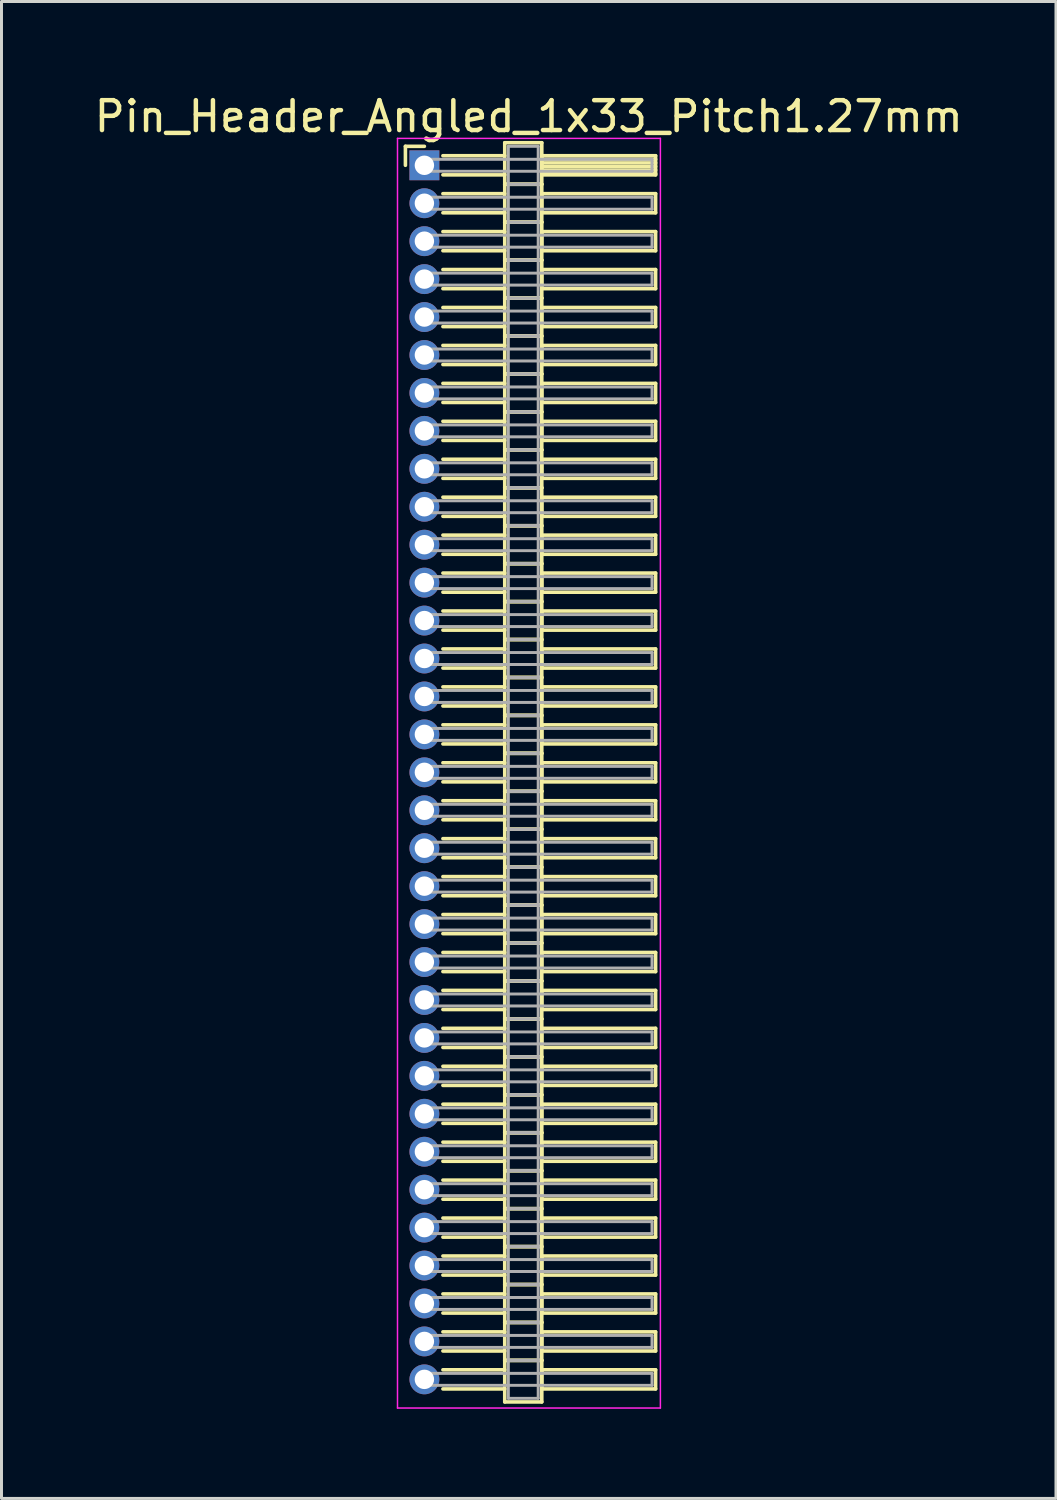
<source format=kicad_pcb>
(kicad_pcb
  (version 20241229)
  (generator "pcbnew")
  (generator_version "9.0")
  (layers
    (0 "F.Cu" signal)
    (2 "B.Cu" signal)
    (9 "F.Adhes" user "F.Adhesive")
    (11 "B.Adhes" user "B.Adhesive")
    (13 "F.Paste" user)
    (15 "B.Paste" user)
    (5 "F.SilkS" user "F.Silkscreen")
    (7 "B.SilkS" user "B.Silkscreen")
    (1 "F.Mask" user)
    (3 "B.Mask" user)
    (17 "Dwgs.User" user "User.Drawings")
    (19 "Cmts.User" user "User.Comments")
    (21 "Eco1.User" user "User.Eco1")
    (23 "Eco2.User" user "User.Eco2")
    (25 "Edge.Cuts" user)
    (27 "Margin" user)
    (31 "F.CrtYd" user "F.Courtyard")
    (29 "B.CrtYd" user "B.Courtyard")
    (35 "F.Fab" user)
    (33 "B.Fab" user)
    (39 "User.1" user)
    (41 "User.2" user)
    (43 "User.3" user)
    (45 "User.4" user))
  (footprint "Pin_Header_Angled_1x33_Pitch1.27mm"
    (layer "F.Cu")
    (at 11.156 2.483)
    (property "Reference" "Pin_Header_Angled_1x33_Pitch1.27mm" (at 3.493 -1.635 0) (layer "F.SilkS") (effects (font (size 1 1) (thickness 0.15))))
    (attr through_hole)
    (fp_line (start -0.635 -0.635) (end 0 -0.635) (stroke (width 0.12) (type solid)) (layer "F.SilkS"))
    (fp_line (start -0.635 0) (end -0.635 -0.635) (stroke (width 0.12) (type solid)) (layer "F.SilkS"))
    (fp_line (start 0.62 -0.32) (end 2.69 -0.32) (stroke (width 0.12) (type solid)) (layer "F.SilkS"))
    (fp_line (start 0.62 0.32) (end 2.69 0.32) (stroke (width 0.12) (type solid)) (layer "F.SilkS"))
    (fp_line (start 0.62 0.95) (end 2.69 0.95) (stroke (width 0.12) (type solid)) (layer "F.SilkS"))
    (fp_line (start 0.62 1.59) (end 2.69 1.59) (stroke (width 0.12) (type solid)) (layer "F.SilkS"))
    (fp_line (start 0.62 2.22) (end 2.69 2.22) (stroke (width 0.12) (type solid)) (layer "F.SilkS"))
    (fp_line (start 0.62 2.86) (end 2.69 2.86) (stroke (width 0.12) (type solid)) (layer "F.SilkS"))
    (fp_line (start 0.62 3.49) (end 2.69 3.49) (stroke (width 0.12) (type solid)) (layer "F.SilkS"))
    (fp_line (start 0.62 4.13) (end 2.69 4.13) (stroke (width 0.12) (type solid)) (layer "F.SilkS"))
    (fp_line (start 0.62 4.76) (end 2.69 4.76) (stroke (width 0.12) (type solid)) (layer "F.SilkS"))
    (fp_line (start 0.62 5.4) (end 2.69 5.4) (stroke (width 0.12) (type solid)) (layer "F.SilkS"))
    (fp_line (start 0.62 6.03) (end 2.69 6.03) (stroke (width 0.12) (type solid)) (layer "F.SilkS"))
    (fp_line (start 0.62 6.67) (end 2.69 6.67) (stroke (width 0.12) (type solid)) (layer "F.SilkS"))
    (fp_line (start 0.62 7.3) (end 2.69 7.3) (stroke (width 0.12) (type solid)) (layer "F.SilkS"))
    (fp_line (start 0.62 7.94) (end 2.69 7.94) (stroke (width 0.12) (type solid)) (layer "F.SilkS"))
    (fp_line (start 0.62 8.57) (end 2.69 8.57) (stroke (width 0.12) (type solid)) (layer "F.SilkS"))
    (fp_line (start 0.62 9.21) (end 2.69 9.21) (stroke (width 0.12) (type solid)) (layer "F.SilkS"))
    (fp_line (start 0.62 9.84) (end 2.69 9.84) (stroke (width 0.12) (type solid)) (layer "F.SilkS"))
    (fp_line (start 0.62 10.48) (end 2.69 10.48) (stroke (width 0.12) (type solid)) (layer "F.SilkS"))
    (fp_line (start 0.62 11.11) (end 2.69 11.11) (stroke (width 0.12) (type solid)) (layer "F.SilkS"))
    (fp_line (start 0.62 11.75) (end 2.69 11.75) (stroke (width 0.12) (type solid)) (layer "F.SilkS"))
    (fp_line (start 0.62 12.38) (end 2.69 12.38) (stroke (width 0.12) (type solid)) (layer "F.SilkS"))
    (fp_line (start 0.62 13.02) (end 2.69 13.02) (stroke (width 0.12) (type solid)) (layer "F.SilkS"))
    (fp_line (start 0.62 13.65) (end 2.69 13.65) (stroke (width 0.12) (type solid)) (layer "F.SilkS"))
    (fp_line (start 0.62 14.29) (end 2.69 14.29) (stroke (width 0.12) (type solid)) (layer "F.SilkS"))
    (fp_line (start 0.62 14.92) (end 2.69 14.92) (stroke (width 0.12) (type solid)) (layer "F.SilkS"))
    (fp_line (start 0.62 15.56) (end 2.69 15.56) (stroke (width 0.12) (type solid)) (layer "F.SilkS"))
    (fp_line (start 0.62 16.19) (end 2.69 16.19) (stroke (width 0.12) (type solid)) (layer "F.SilkS"))
    (fp_line (start 0.62 16.83) (end 2.69 16.83) (stroke (width 0.12) (type solid)) (layer "F.SilkS"))
    (fp_line (start 0.62 17.46) (end 2.69 17.46) (stroke (width 0.12) (type solid)) (layer "F.SilkS"))
    (fp_line (start 0.62 18.1) (end 2.69 18.1) (stroke (width 0.12) (type solid)) (layer "F.SilkS"))
    (fp_line (start 0.62 18.73) (end 2.69 18.73) (stroke (width 0.12) (type solid)) (layer "F.SilkS"))
    (fp_line (start 0.62 19.37) (end 2.69 19.37) (stroke (width 0.12) (type solid)) (layer "F.SilkS"))
    (fp_line (start 0.62 20) (end 2.69 20) (stroke (width 0.12) (type solid)) (layer "F.SilkS"))
    (fp_line (start 0.62 20.64) (end 2.69 20.64) (stroke (width 0.12) (type solid)) (layer "F.SilkS"))
    (fp_line (start 0.62 21.27) (end 2.69 21.27) (stroke (width 0.12) (type solid)) (layer "F.SilkS"))
    (fp_line (start 0.62 21.91) (end 2.69 21.91) (stroke (width 0.12) (type solid)) (layer "F.SilkS"))
    (fp_line (start 0.62 22.54) (end 2.69 22.54) (stroke (width 0.12) (type solid)) (layer "F.SilkS"))
    (fp_line (start 0.62 23.18) (end 2.69 23.18) (stroke (width 0.12) (type solid)) (layer "F.SilkS"))
    (fp_line (start 0.62 23.81) (end 2.69 23.81) (stroke (width 0.12) (type solid)) (layer "F.SilkS"))
    (fp_line (start 0.62 24.45) (end 2.69 24.45) (stroke (width 0.12) (type solid)) (layer "F.SilkS"))
    (fp_line (start 0.62 25.08) (end 2.69 25.08) (stroke (width 0.12) (type solid)) (layer "F.SilkS"))
    (fp_line (start 0.62 25.72) (end 2.69 25.72) (stroke (width 0.12) (type solid)) (layer "F.SilkS"))
    (fp_line (start 0.62 26.35) (end 2.69 26.35) (stroke (width 0.12) (type solid)) (layer "F.SilkS"))
    (fp_line (start 0.62 26.99) (end 2.69 26.99) (stroke (width 0.12) (type solid)) (layer "F.SilkS"))
    (fp_line (start 0.62 27.62) (end 2.69 27.62) (stroke (width 0.12) (type solid)) (layer "F.SilkS"))
    (fp_line (start 0.62 28.26) (end 2.69 28.26) (stroke (width 0.12) (type solid)) (layer "F.SilkS"))
    (fp_line (start 0.62 28.89) (end 2.69 28.89) (stroke (width 0.12) (type solid)) (layer "F.SilkS"))
    (fp_line (start 0.62 29.53) (end 2.69 29.53) (stroke (width 0.12) (type solid)) (layer "F.SilkS"))
    (fp_line (start 0.62 30.16) (end 2.69 30.16) (stroke (width 0.12) (type solid)) (layer "F.SilkS"))
    (fp_line (start 0.62 30.8) (end 2.69 30.8) (stroke (width 0.12) (type solid)) (layer "F.SilkS"))
    (fp_line (start 0.62 31.43) (end 2.69 31.43) (stroke (width 0.12) (type solid)) (layer "F.SilkS"))
    (fp_line (start 0.62 32.07) (end 2.69 32.07) (stroke (width 0.12) (type solid)) (layer "F.SilkS"))
    (fp_line (start 0.62 32.7) (end 2.69 32.7) (stroke (width 0.12) (type solid)) (layer "F.SilkS"))
    (fp_line (start 0.62 33.34) (end 2.69 33.34) (stroke (width 0.12) (type solid)) (layer "F.SilkS"))
    (fp_line (start 0.62 33.97) (end 2.69 33.97) (stroke (width 0.12) (type solid)) (layer "F.SilkS"))
    (fp_line (start 0.62 34.61) (end 2.69 34.61) (stroke (width 0.12) (type solid)) (layer "F.SilkS"))
    (fp_line (start 0.62 35.24) (end 2.69 35.24) (stroke (width 0.12) (type solid)) (layer "F.SilkS"))
    (fp_line (start 0.62 35.88) (end 2.69 35.88) (stroke (width 0.12) (type solid)) (layer "F.SilkS"))
    (fp_line (start 0.62 36.51) (end 2.69 36.51) (stroke (width 0.12) (type solid)) (layer "F.SilkS"))
    (fp_line (start 0.62 37.15) (end 2.69 37.15) (stroke (width 0.12) (type solid)) (layer "F.SilkS"))
    (fp_line (start 0.62 37.78) (end 2.69 37.78) (stroke (width 0.12) (type solid)) (layer "F.SilkS"))
    (fp_line (start 0.62 38.42) (end 2.69 38.42) (stroke (width 0.12) (type solid)) (layer "F.SilkS"))
    (fp_line (start 0.62 39.05) (end 2.69 39.05) (stroke (width 0.12) (type solid)) (layer "F.SilkS"))
    (fp_line (start 0.62 39.69) (end 2.69 39.69) (stroke (width 0.12) (type solid)) (layer "F.SilkS"))
    (fp_line (start 0.62 40.32) (end 2.69 40.32) (stroke (width 0.12) (type solid)) (layer "F.SilkS"))
    (fp_line (start 0.62 40.96) (end 2.69 40.96) (stroke (width 0.12) (type solid)) (layer "F.SilkS"))
    (fp_line (start 2.69 -0.755) (end 2.69 0.635) (stroke (width 0.12) (type solid)) (layer "F.SilkS"))
    (fp_line (start 2.69 0.635) (end 2.69 1.905) (stroke (width 0.12) (type solid)) (layer "F.SilkS"))
    (fp_line (start 2.69 0.635) (end 3.93 0.635) (stroke (width 0.12) (type solid)) (layer "F.SilkS"))
    (fp_line (start 2.69 1.905) (end 2.69 3.175) (stroke (width 0.12) (type solid)) (layer "F.SilkS"))
    (fp_line (start 2.69 1.905) (end 3.93 1.905) (stroke (width 0.12) (type solid)) (layer "F.SilkS"))
    (fp_line (start 2.69 3.175) (end 2.69 4.445) (stroke (width 0.12) (type solid)) (layer "F.SilkS"))
    (fp_line (start 2.69 3.175) (end 3.93 3.175) (stroke (width 0.12) (type solid)) (layer "F.SilkS"))
    (fp_line (start 2.69 4.445) (end 2.69 5.715) (stroke (width 0.12) (type solid)) (layer "F.SilkS"))
    (fp_line (start 2.69 4.445) (end 3.93 4.445) (stroke (width 0.12) (type solid)) (layer "F.SilkS"))
    (fp_line (start 2.69 5.715) (end 2.69 6.985) (stroke (width 0.12) (type solid)) (layer "F.SilkS"))
    (fp_line (start 2.69 5.715) (end 3.93 5.715) (stroke (width 0.12) (type solid)) (layer "F.SilkS"))
    (fp_line (start 2.69 6.985) (end 2.69 8.255) (stroke (width 0.12) (type solid)) (layer "F.SilkS"))
    (fp_line (start 2.69 6.985) (end 3.93 6.985) (stroke (width 0.12) (type solid)) (layer "F.SilkS"))
    (fp_line (start 2.69 8.255) (end 2.69 9.525) (stroke (width 0.12) (type solid)) (layer "F.SilkS"))
    (fp_line (start 2.69 8.255) (end 3.93 8.255) (stroke (width 0.12) (type solid)) (layer "F.SilkS"))
    (fp_line (start 2.69 9.525) (end 2.69 10.795) (stroke (width 0.12) (type solid)) (layer "F.SilkS"))
    (fp_line (start 2.69 9.525) (end 3.93 9.525) (stroke (width 0.12) (type solid)) (layer "F.SilkS"))
    (fp_line (start 2.69 10.795) (end 2.69 12.065) (stroke (width 0.12) (type solid)) (layer "F.SilkS"))
    (fp_line (start 2.69 10.795) (end 3.93 10.795) (stroke (width 0.12) (type solid)) (layer "F.SilkS"))
    (fp_line (start 2.69 12.065) (end 2.69 13.335) (stroke (width 0.12) (type solid)) (layer "F.SilkS"))
    (fp_line (start 2.69 12.065) (end 3.93 12.065) (stroke (width 0.12) (type solid)) (layer "F.SilkS"))
    (fp_line (start 2.69 13.335) (end 2.69 14.605) (stroke (width 0.12) (type solid)) (layer "F.SilkS"))
    (fp_line (start 2.69 13.335) (end 3.93 13.335) (stroke (width 0.12) (type solid)) (layer "F.SilkS"))
    (fp_line (start 2.69 14.605) (end 2.69 15.875) (stroke (width 0.12) (type solid)) (layer "F.SilkS"))
    (fp_line (start 2.69 14.605) (end 3.93 14.605) (stroke (width 0.12) (type solid)) (layer "F.SilkS"))
    (fp_line (start 2.69 15.875) (end 2.69 17.145) (stroke (width 0.12) (type solid)) (layer "F.SilkS"))
    (fp_line (start 2.69 15.875) (end 3.93 15.875) (stroke (width 0.12) (type solid)) (layer "F.SilkS"))
    (fp_line (start 2.69 17.145) (end 2.69 18.415) (stroke (width 0.12) (type solid)) (layer "F.SilkS"))
    (fp_line (start 2.69 17.145) (end 3.93 17.145) (stroke (width 0.12) (type solid)) (layer "F.SilkS"))
    (fp_line (start 2.69 18.415) (end 2.69 19.685) (stroke (width 0.12) (type solid)) (layer "F.SilkS"))
    (fp_line (start 2.69 18.415) (end 3.93 18.415) (stroke (width 0.12) (type solid)) (layer "F.SilkS"))
    (fp_line (start 2.69 19.685) (end 2.69 20.955) (stroke (width 0.12) (type solid)) (layer "F.SilkS"))
    (fp_line (start 2.69 19.685) (end 3.93 19.685) (stroke (width 0.12) (type solid)) (layer "F.SilkS"))
    (fp_line (start 2.69 20.955) (end 2.69 22.225) (stroke (width 0.12) (type solid)) (layer "F.SilkS"))
    (fp_line (start 2.69 20.955) (end 3.93 20.955) (stroke (width 0.12) (type solid)) (layer "F.SilkS"))
    (fp_line (start 2.69 22.225) (end 2.69 23.495) (stroke (width 0.12) (type solid)) (layer "F.SilkS"))
    (fp_line (start 2.69 22.225) (end 3.93 22.225) (stroke (width 0.12) (type solid)) (layer "F.SilkS"))
    (fp_line (start 2.69 23.495) (end 2.69 24.765) (stroke (width 0.12) (type solid)) (layer "F.SilkS"))
    (fp_line (start 2.69 23.495) (end 3.93 23.495) (stroke (width 0.12) (type solid)) (layer "F.SilkS"))
    (fp_line (start 2.69 24.765) (end 2.69 26.035) (stroke (width 0.12) (type solid)) (layer "F.SilkS"))
    (fp_line (start 2.69 24.765) (end 3.93 24.765) (stroke (width 0.12) (type solid)) (layer "F.SilkS"))
    (fp_line (start 2.69 26.035) (end 2.69 27.305) (stroke (width 0.12) (type solid)) (layer "F.SilkS"))
    (fp_line (start 2.69 26.035) (end 3.93 26.035) (stroke (width 0.12) (type solid)) (layer "F.SilkS"))
    (fp_line (start 2.69 27.305) (end 2.69 28.575) (stroke (width 0.12) (type solid)) (layer "F.SilkS"))
    (fp_line (start 2.69 27.305) (end 3.93 27.305) (stroke (width 0.12) (type solid)) (layer "F.SilkS"))
    (fp_line (start 2.69 28.575) (end 2.69 29.845) (stroke (width 0.12) (type solid)) (layer "F.SilkS"))
    (fp_line (start 2.69 28.575) (end 3.93 28.575) (stroke (width 0.12) (type solid)) (layer "F.SilkS"))
    (fp_line (start 2.69 29.845) (end 2.69 31.115) (stroke (width 0.12) (type solid)) (layer "F.SilkS"))
    (fp_line (start 2.69 29.845) (end 3.93 29.845) (stroke (width 0.12) (type solid)) (layer "F.SilkS"))
    (fp_line (start 2.69 31.115) (end 2.69 32.385) (stroke (width 0.12) (type solid)) (layer "F.SilkS"))
    (fp_line (start 2.69 31.115) (end 3.93 31.115) (stroke (width 0.12) (type solid)) (layer "F.SilkS"))
    (fp_line (start 2.69 32.385) (end 2.69 33.655) (stroke (width 0.12) (type solid)) (layer "F.SilkS"))
    (fp_line (start 2.69 32.385) (end 3.93 32.385) (stroke (width 0.12) (type solid)) (layer "F.SilkS"))
    (fp_line (start 2.69 33.655) (end 2.69 34.925) (stroke (width 0.12) (type solid)) (layer "F.SilkS"))
    (fp_line (start 2.69 33.655) (end 3.93 33.655) (stroke (width 0.12) (type solid)) (layer "F.SilkS"))
    (fp_line (start 2.69 34.925) (end 2.69 36.195) (stroke (width 0.12) (type solid)) (layer "F.SilkS"))
    (fp_line (start 2.69 34.925) (end 3.93 34.925) (stroke (width 0.12) (type solid)) (layer "F.SilkS"))
    (fp_line (start 2.69 36.195) (end 2.69 37.465) (stroke (width 0.12) (type solid)) (layer "F.SilkS"))
    (fp_line (start 2.69 36.195) (end 3.93 36.195) (stroke (width 0.12) (type solid)) (layer "F.SilkS"))
    (fp_line (start 2.69 37.465) (end 2.69 38.735) (stroke (width 0.12) (type solid)) (layer "F.SilkS"))
    (fp_line (start 2.69 37.465) (end 3.93 37.465) (stroke (width 0.12) (type solid)) (layer "F.SilkS"))
    (fp_line (start 2.69 38.735) (end 2.69 40.005) (stroke (width 0.12) (type solid)) (layer "F.SilkS"))
    (fp_line (start 2.69 38.735) (end 3.93 38.735) (stroke (width 0.12) (type solid)) (layer "F.SilkS"))
    (fp_line (start 2.69 40.005) (end 2.69 41.395) (stroke (width 0.12) (type solid)) (layer "F.SilkS"))
    (fp_line (start 2.69 40.005) (end 3.93 40.005) (stroke (width 0.12) (type solid)) (layer "F.SilkS"))
    (fp_line (start 2.69 41.395) (end 3.93 41.395) (stroke (width 0.12) (type solid)) (layer "F.SilkS"))
    (fp_line (start 3.93 -0.755) (end 2.69 -0.755) (stroke (width 0.12) (type solid)) (layer "F.SilkS"))
    (fp_line (start 3.93 -0.32) (end 3.93 0.32) (stroke (width 0.12) (type solid)) (layer "F.SilkS"))
    (fp_line (start 3.93 -0.2) (end 7.74 -0.2) (stroke (width 0.12) (type solid)) (layer "F.SilkS"))
    (fp_line (start 3.93 -0.08) (end 7.74 -0.08) (stroke (width 0.12) (type solid)) (layer "F.SilkS"))
    (fp_line (start 3.93 0.04) (end 7.74 0.04) (stroke (width 0.12) (type solid)) (layer "F.SilkS"))
    (fp_line (start 3.93 0.16) (end 7.74 0.16) (stroke (width 0.12) (type solid)) (layer "F.SilkS"))
    (fp_line (start 3.93 0.28) (end 7.74 0.28) (stroke (width 0.12) (type solid)) (layer "F.SilkS"))
    (fp_line (start 3.93 0.32) (end 7.74 0.32) (stroke (width 0.12) (type solid)) (layer "F.SilkS"))
    (fp_line (start 3.93 0.635) (end 2.69 0.635) (stroke (width 0.12) (type solid)) (layer "F.SilkS"))
    (fp_line (start 3.93 0.635) (end 3.93 -0.755) (stroke (width 0.12) (type solid)) (layer "F.SilkS"))
    (fp_line (start 3.93 0.95) (end 3.93 1.59) (stroke (width 0.12) (type solid)) (layer "F.SilkS"))
    (fp_line (start 3.93 1.59) (end 7.74 1.59) (stroke (width 0.12) (type solid)) (layer "F.SilkS"))
    (fp_line (start 3.93 1.905) (end 2.69 1.905) (stroke (width 0.12) (type solid)) (layer "F.SilkS"))
    (fp_line (start 3.93 1.905) (end 3.93 0.635) (stroke (width 0.12) (type solid)) (layer "F.SilkS"))
    (fp_line (start 3.93 2.22) (end 3.93 2.86) (stroke (width 0.12) (type solid)) (layer "F.SilkS"))
    (fp_line (start 3.93 2.86) (end 7.74 2.86) (stroke (width 0.12) (type solid)) (layer "F.SilkS"))
    (fp_line (start 3.93 3.175) (end 2.69 3.175) (stroke (width 0.12) (type solid)) (layer "F.SilkS"))
    (fp_line (start 3.93 3.175) (end 3.93 1.905) (stroke (width 0.12) (type solid)) (layer "F.SilkS"))
    (fp_line (start 3.93 3.49) (end 3.93 4.13) (stroke (width 0.12) (type solid)) (layer "F.SilkS"))
    (fp_line (start 3.93 4.13) (end 7.74 4.13) (stroke (width 0.12) (type solid)) (layer "F.SilkS"))
    (fp_line (start 3.93 4.445) (end 2.69 4.445) (stroke (width 0.12) (type solid)) (layer "F.SilkS"))
    (fp_line (start 3.93 4.445) (end 3.93 3.175) (stroke (width 0.12) (type solid)) (layer "F.SilkS"))
    (fp_line (start 3.93 4.76) (end 3.93 5.4) (stroke (width 0.12) (type solid)) (layer "F.SilkS"))
    (fp_line (start 3.93 5.4) (end 7.74 5.4) (stroke (width 0.12) (type solid)) (layer "F.SilkS"))
    (fp_line (start 3.93 5.715) (end 2.69 5.715) (stroke (width 0.12) (type solid)) (layer "F.SilkS"))
    (fp_line (start 3.93 5.715) (end 3.93 4.445) (stroke (width 0.12) (type solid)) (layer "F.SilkS"))
    (fp_line (start 3.93 6.03) (end 3.93 6.67) (stroke (width 0.12) (type solid)) (layer "F.SilkS"))
    (fp_line (start 3.93 6.67) (end 7.74 6.67) (stroke (width 0.12) (type solid)) (layer "F.SilkS"))
    (fp_line (start 3.93 6.985) (end 2.69 6.985) (stroke (width 0.12) (type solid)) (layer "F.SilkS"))
    (fp_line (start 3.93 6.985) (end 3.93 5.715) (stroke (width 0.12) (type solid)) (layer "F.SilkS"))
    (fp_line (start 3.93 7.3) (end 3.93 7.94) (stroke (width 0.12) (type solid)) (layer "F.SilkS"))
    (fp_line (start 3.93 7.94) (end 7.74 7.94) (stroke (width 0.12) (type solid)) (layer "F.SilkS"))
    (fp_line (start 3.93 8.255) (end 2.69 8.255) (stroke (width 0.12) (type solid)) (layer "F.SilkS"))
    (fp_line (start 3.93 8.255) (end 3.93 6.985) (stroke (width 0.12) (type solid)) (layer "F.SilkS"))
    (fp_line (start 3.93 8.57) (end 3.93 9.21) (stroke (width 0.12) (type solid)) (layer "F.SilkS"))
    (fp_line (start 3.93 9.21) (end 7.74 9.21) (stroke (width 0.12) (type solid)) (layer "F.SilkS"))
    (fp_line (start 3.93 9.525) (end 2.69 9.525) (stroke (width 0.12) (type solid)) (layer "F.SilkS"))
    (fp_line (start 3.93 9.525) (end 3.93 8.255) (stroke (width 0.12) (type solid)) (layer "F.SilkS"))
    (fp_line (start 3.93 9.84) (end 3.93 10.48) (stroke (width 0.12) (type solid)) (layer "F.SilkS"))
    (fp_line (start 3.93 10.48) (end 7.74 10.48) (stroke (width 0.12) (type solid)) (layer "F.SilkS"))
    (fp_line (start 3.93 10.795) (end 2.69 10.795) (stroke (width 0.12) (type solid)) (layer "F.SilkS"))
    (fp_line (start 3.93 10.795) (end 3.93 9.525) (stroke (width 0.12) (type solid)) (layer "F.SilkS"))
    (fp_line (start 3.93 11.11) (end 3.93 11.75) (stroke (width 0.12) (type solid)) (layer "F.SilkS"))
    (fp_line (start 3.93 11.75) (end 7.74 11.75) (stroke (width 0.12) (type solid)) (layer "F.SilkS"))
    (fp_line (start 3.93 12.065) (end 2.69 12.065) (stroke (width 0.12) (type solid)) (layer "F.SilkS"))
    (fp_line (start 3.93 12.065) (end 3.93 10.795) (stroke (width 0.12) (type solid)) (layer "F.SilkS"))
    (fp_line (start 3.93 12.38) (end 3.93 13.02) (stroke (width 0.12) (type solid)) (layer "F.SilkS"))
    (fp_line (start 3.93 13.02) (end 7.74 13.02) (stroke (width 0.12) (type solid)) (layer "F.SilkS"))
    (fp_line (start 3.93 13.335) (end 2.69 13.335) (stroke (width 0.12) (type solid)) (layer "F.SilkS"))
    (fp_line (start 3.93 13.335) (end 3.93 12.065) (stroke (width 0.12) (type solid)) (layer "F.SilkS"))
    (fp_line (start 3.93 13.65) (end 3.93 14.29) (stroke (width 0.12) (type solid)) (layer "F.SilkS"))
    (fp_line (start 3.93 14.29) (end 7.74 14.29) (stroke (width 0.12) (type solid)) (layer "F.SilkS"))
    (fp_line (start 3.93 14.605) (end 2.69 14.605) (stroke (width 0.12) (type solid)) (layer "F.SilkS"))
    (fp_line (start 3.93 14.605) (end 3.93 13.335) (stroke (width 0.12) (type solid)) (layer "F.SilkS"))
    (fp_line (start 3.93 14.92) (end 3.93 15.56) (stroke (width 0.12) (type solid)) (layer "F.SilkS"))
    (fp_line (start 3.93 15.56) (end 7.74 15.56) (stroke (width 0.12) (type solid)) (layer "F.SilkS"))
    (fp_line (start 3.93 15.875) (end 2.69 15.875) (stroke (width 0.12) (type solid)) (layer "F.SilkS"))
    (fp_line (start 3.93 15.875) (end 3.93 14.605) (stroke (width 0.12) (type solid)) (layer "F.SilkS"))
    (fp_line (start 3.93 16.19) (end 3.93 16.83) (stroke (width 0.12) (type solid)) (layer "F.SilkS"))
    (fp_line (start 3.93 16.83) (end 7.74 16.83) (stroke (width 0.12) (type solid)) (layer "F.SilkS"))
    (fp_line (start 3.93 17.145) (end 2.69 17.145) (stroke (width 0.12) (type solid)) (layer "F.SilkS"))
    (fp_line (start 3.93 17.145) (end 3.93 15.875) (stroke (width 0.12) (type solid)) (layer "F.SilkS"))
    (fp_line (start 3.93 17.46) (end 3.93 18.1) (stroke (width 0.12) (type solid)) (layer "F.SilkS"))
    (fp_line (start 3.93 18.1) (end 7.74 18.1) (stroke (width 0.12) (type solid)) (layer "F.SilkS"))
    (fp_line (start 3.93 18.415) (end 2.69 18.415) (stroke (width 0.12) (type solid)) (layer "F.SilkS"))
    (fp_line (start 3.93 18.415) (end 3.93 17.145) (stroke (width 0.12) (type solid)) (layer "F.SilkS"))
    (fp_line (start 3.93 18.73) (end 3.93 19.37) (stroke (width 0.12) (type solid)) (layer "F.SilkS"))
    (fp_line (start 3.93 19.37) (end 7.74 19.37) (stroke (width 0.12) (type solid)) (layer "F.SilkS"))
    (fp_line (start 3.93 19.685) (end 2.69 19.685) (stroke (width 0.12) (type solid)) (layer "F.SilkS"))
    (fp_line (start 3.93 19.685) (end 3.93 18.415) (stroke (width 0.12) (type solid)) (layer "F.SilkS"))
    (fp_line (start 3.93 20) (end 3.93 20.64) (stroke (width 0.12) (type solid)) (layer "F.SilkS"))
    (fp_line (start 3.93 20.64) (end 7.74 20.64) (stroke (width 0.12) (type solid)) (layer "F.SilkS"))
    (fp_line (start 3.93 20.955) (end 2.69 20.955) (stroke (width 0.12) (type solid)) (layer "F.SilkS"))
    (fp_line (start 3.93 20.955) (end 3.93 19.685) (stroke (width 0.12) (type solid)) (layer "F.SilkS"))
    (fp_line (start 3.93 21.27) (end 3.93 21.91) (stroke (width 0.12) (type solid)) (layer "F.SilkS"))
    (fp_line (start 3.93 21.91) (end 7.74 21.91) (stroke (width 0.12) (type solid)) (layer "F.SilkS"))
    (fp_line (start 3.93 22.225) (end 2.69 22.225) (stroke (width 0.12) (type solid)) (layer "F.SilkS"))
    (fp_line (start 3.93 22.225) (end 3.93 20.955) (stroke (width 0.12) (type solid)) (layer "F.SilkS"))
    (fp_line (start 3.93 22.54) (end 3.93 23.18) (stroke (width 0.12) (type solid)) (layer "F.SilkS"))
    (fp_line (start 3.93 23.18) (end 7.74 23.18) (stroke (width 0.12) (type solid)) (layer "F.SilkS"))
    (fp_line (start 3.93 23.495) (end 2.69 23.495) (stroke (width 0.12) (type solid)) (layer "F.SilkS"))
    (fp_line (start 3.93 23.495) (end 3.93 22.225) (stroke (width 0.12) (type solid)) (layer "F.SilkS"))
    (fp_line (start 3.93 23.81) (end 3.93 24.45) (stroke (width 0.12) (type solid)) (layer "F.SilkS"))
    (fp_line (start 3.93 24.45) (end 7.74 24.45) (stroke (width 0.12) (type solid)) (layer "F.SilkS"))
    (fp_line (start 3.93 24.765) (end 2.69 24.765) (stroke (width 0.12) (type solid)) (layer "F.SilkS"))
    (fp_line (start 3.93 24.765) (end 3.93 23.495) (stroke (width 0.12) (type solid)) (layer "F.SilkS"))
    (fp_line (start 3.93 25.08) (end 3.93 25.72) (stroke (width 0.12) (type solid)) (layer "F.SilkS"))
    (fp_line (start 3.93 25.72) (end 7.74 25.72) (stroke (width 0.12) (type solid)) (layer "F.SilkS"))
    (fp_line (start 3.93 26.035) (end 2.69 26.035) (stroke (width 0.12) (type solid)) (layer "F.SilkS"))
    (fp_line (start 3.93 26.035) (end 3.93 24.765) (stroke (width 0.12) (type solid)) (layer "F.SilkS"))
    (fp_line (start 3.93 26.35) (end 3.93 26.99) (stroke (width 0.12) (type solid)) (layer "F.SilkS"))
    (fp_line (start 3.93 26.99) (end 7.74 26.99) (stroke (width 0.12) (type solid)) (layer "F.SilkS"))
    (fp_line (start 3.93 27.305) (end 2.69 27.305) (stroke (width 0.12) (type solid)) (layer "F.SilkS"))
    (fp_line (start 3.93 27.305) (end 3.93 26.035) (stroke (width 0.12) (type solid)) (layer "F.SilkS"))
    (fp_line (start 3.93 27.62) (end 3.93 28.26) (stroke (width 0.12) (type solid)) (layer "F.SilkS"))
    (fp_line (start 3.93 28.26) (end 7.74 28.26) (stroke (width 0.12) (type solid)) (layer "F.SilkS"))
    (fp_line (start 3.93 28.575) (end 2.69 28.575) (stroke (width 0.12) (type solid)) (layer "F.SilkS"))
    (fp_line (start 3.93 28.575) (end 3.93 27.305) (stroke (width 0.12) (type solid)) (layer "F.SilkS"))
    (fp_line (start 3.93 28.89) (end 3.93 29.53) (stroke (width 0.12) (type solid)) (layer "F.SilkS"))
    (fp_line (start 3.93 29.53) (end 7.74 29.53) (stroke (width 0.12) (type solid)) (layer "F.SilkS"))
    (fp_line (start 3.93 29.845) (end 2.69 29.845) (stroke (width 0.12) (type solid)) (layer "F.SilkS"))
    (fp_line (start 3.93 29.845) (end 3.93 28.575) (stroke (width 0.12) (type solid)) (layer "F.SilkS"))
    (fp_line (start 3.93 30.16) (end 3.93 30.8) (stroke (width 0.12) (type solid)) (layer "F.SilkS"))
    (fp_line (start 3.93 30.8) (end 7.74 30.8) (stroke (width 0.12) (type solid)) (layer "F.SilkS"))
    (fp_line (start 3.93 31.115) (end 2.69 31.115) (stroke (width 0.12) (type solid)) (layer "F.SilkS"))
    (fp_line (start 3.93 31.115) (end 3.93 29.845) (stroke (width 0.12) (type solid)) (layer "F.SilkS"))
    (fp_line (start 3.93 31.43) (end 3.93 32.07) (stroke (width 0.12) (type solid)) (layer "F.SilkS"))
    (fp_line (start 3.93 32.07) (end 7.74 32.07) (stroke (width 0.12) (type solid)) (layer "F.SilkS"))
    (fp_line (start 3.93 32.385) (end 2.69 32.385) (stroke (width 0.12) (type solid)) (layer "F.SilkS"))
    (fp_line (start 3.93 32.385) (end 3.93 31.115) (stroke (width 0.12) (type solid)) (layer "F.SilkS"))
    (fp_line (start 3.93 32.7) (end 3.93 33.34) (stroke (width 0.12) (type solid)) (layer "F.SilkS"))
    (fp_line (start 3.93 33.34) (end 7.74 33.34) (stroke (width 0.12) (type solid)) (layer "F.SilkS"))
    (fp_line (start 3.93 33.655) (end 2.69 33.655) (stroke (width 0.12) (type solid)) (layer "F.SilkS"))
    (fp_line (start 3.93 33.655) (end 3.93 32.385) (stroke (width 0.12) (type solid)) (layer "F.SilkS"))
    (fp_line (start 3.93 33.97) (end 3.93 34.61) (stroke (width 0.12) (type solid)) (layer "F.SilkS"))
    (fp_line (start 3.93 34.61) (end 7.74 34.61) (stroke (width 0.12) (type solid)) (layer "F.SilkS"))
    (fp_line (start 3.93 34.925) (end 2.69 34.925) (stroke (width 0.12) (type solid)) (layer "F.SilkS"))
    (fp_line (start 3.93 34.925) (end 3.93 33.655) (stroke (width 0.12) (type solid)) (layer "F.SilkS"))
    (fp_line (start 3.93 35.24) (end 3.93 35.88) (stroke (width 0.12) (type solid)) (layer "F.SilkS"))
    (fp_line (start 3.93 35.88) (end 7.74 35.88) (stroke (width 0.12) (type solid)) (layer "F.SilkS"))
    (fp_line (start 3.93 36.195) (end 2.69 36.195) (stroke (width 0.12) (type solid)) (layer "F.SilkS"))
    (fp_line (start 3.93 36.195) (end 3.93 34.925) (stroke (width 0.12) (type solid)) (layer "F.SilkS"))
    (fp_line (start 3.93 36.51) (end 3.93 37.15) (stroke (width 0.12) (type solid)) (layer "F.SilkS"))
    (fp_line (start 3.93 37.15) (end 7.74 37.15) (stroke (width 0.12) (type solid)) (layer "F.SilkS"))
    (fp_line (start 3.93 37.465) (end 2.69 37.465) (stroke (width 0.12) (type solid)) (layer "F.SilkS"))
    (fp_line (start 3.93 37.465) (end 3.93 36.195) (stroke (width 0.12) (type solid)) (layer "F.SilkS"))
    (fp_line (start 3.93 37.78) (end 3.93 38.42) (stroke (width 0.12) (type solid)) (layer "F.SilkS"))
    (fp_line (start 3.93 38.42) (end 7.74 38.42) (stroke (width 0.12) (type solid)) (layer "F.SilkS"))
    (fp_line (start 3.93 38.735) (end 2.69 38.735) (stroke (width 0.12) (type solid)) (layer "F.SilkS"))
    (fp_line (start 3.93 38.735) (end 3.93 37.465) (stroke (width 0.12) (type solid)) (layer "F.SilkS"))
    (fp_line (start 3.93 39.05) (end 3.93 39.69) (stroke (width 0.12) (type solid)) (layer "F.SilkS"))
    (fp_line (start 3.93 39.69) (end 7.74 39.69) (stroke (width 0.12) (type solid)) (layer "F.SilkS"))
    (fp_line (start 3.93 40.005) (end 2.69 40.005) (stroke (width 0.12) (type solid)) (layer "F.SilkS"))
    (fp_line (start 3.93 40.005) (end 3.93 38.735) (stroke (width 0.12) (type solid)) (layer "F.SilkS"))
    (fp_line (start 3.93 40.32) (end 3.93 40.96) (stroke (width 0.12) (type solid)) (layer "F.SilkS"))
    (fp_line (start 3.93 40.96) (end 7.74 40.96) (stroke (width 0.12) (type solid)) (layer "F.SilkS"))
    (fp_line (start 3.93 41.395) (end 3.93 40.005) (stroke (width 0.12) (type solid)) (layer "F.SilkS"))
    (fp_line (start 7.74 -0.32) (end 3.93 -0.32) (stroke (width 0.12) (type solid)) (layer "F.SilkS"))
    (fp_line (start 7.74 0.32) (end 7.74 -0.32) (stroke (width 0.12) (type solid)) (layer "F.SilkS"))
    (fp_line (start 7.74 0.95) (end 3.93 0.95) (stroke (width 0.12) (type solid)) (layer "F.SilkS"))
    (fp_line (start 7.74 1.59) (end 7.74 0.95) (stroke (width 0.12) (type solid)) (layer "F.SilkS"))
    (fp_line (start 7.74 2.22) (end 3.93 2.22) (stroke (width 0.12) (type solid)) (layer "F.SilkS"))
    (fp_line (start 7.74 2.86) (end 7.74 2.22) (stroke (width 0.12) (type solid)) (layer "F.SilkS"))
    (fp_line (start 7.74 3.49) (end 3.93 3.49) (stroke (width 0.12) (type solid)) (layer "F.SilkS"))
    (fp_line (start 7.74 4.13) (end 7.74 3.49) (stroke (width 0.12) (type solid)) (layer "F.SilkS"))
    (fp_line (start 7.74 4.76) (end 3.93 4.76) (stroke (width 0.12) (type solid)) (layer "F.SilkS"))
    (fp_line (start 7.74 5.4) (end 7.74 4.76) (stroke (width 0.12) (type solid)) (layer "F.SilkS"))
    (fp_line (start 7.74 6.03) (end 3.93 6.03) (stroke (width 0.12) (type solid)) (layer "F.SilkS"))
    (fp_line (start 7.74 6.67) (end 7.74 6.03) (stroke (width 0.12) (type solid)) (layer "F.SilkS"))
    (fp_line (start 7.74 7.3) (end 3.93 7.3) (stroke (width 0.12) (type solid)) (layer "F.SilkS"))
    (fp_line (start 7.74 7.94) (end 7.74 7.3) (stroke (width 0.12) (type solid)) (layer "F.SilkS"))
    (fp_line (start 7.74 8.57) (end 3.93 8.57) (stroke (width 0.12) (type solid)) (layer "F.SilkS"))
    (fp_line (start 7.74 9.21) (end 7.74 8.57) (stroke (width 0.12) (type solid)) (layer "F.SilkS"))
    (fp_line (start 7.74 9.84) (end 3.93 9.84) (stroke (width 0.12) (type solid)) (layer "F.SilkS"))
    (fp_line (start 7.74 10.48) (end 7.74 9.84) (stroke (width 0.12) (type solid)) (layer "F.SilkS"))
    (fp_line (start 7.74 11.11) (end 3.93 11.11) (stroke (width 0.12) (type solid)) (layer "F.SilkS"))
    (fp_line (start 7.74 11.75) (end 7.74 11.11) (stroke (width 0.12) (type solid)) (layer "F.SilkS"))
    (fp_line (start 7.74 12.38) (end 3.93 12.38) (stroke (width 0.12) (type solid)) (layer "F.SilkS"))
    (fp_line (start 7.74 13.02) (end 7.74 12.38) (stroke (width 0.12) (type solid)) (layer "F.SilkS"))
    (fp_line (start 7.74 13.65) (end 3.93 13.65) (stroke (width 0.12) (type solid)) (layer "F.SilkS"))
    (fp_line (start 7.74 14.29) (end 7.74 13.65) (stroke (width 0.12) (type solid)) (layer "F.SilkS"))
    (fp_line (start 7.74 14.92) (end 3.93 14.92) (stroke (width 0.12) (type solid)) (layer "F.SilkS"))
    (fp_line (start 7.74 15.56) (end 7.74 14.92) (stroke (width 0.12) (type solid)) (layer "F.SilkS"))
    (fp_line (start 7.74 16.19) (end 3.93 16.19) (stroke (width 0.12) (type solid)) (layer "F.SilkS"))
    (fp_line (start 7.74 16.83) (end 7.74 16.19) (stroke (width 0.12) (type solid)) (layer "F.SilkS"))
    (fp_line (start 7.74 17.46) (end 3.93 17.46) (stroke (width 0.12) (type solid)) (layer "F.SilkS"))
    (fp_line (start 7.74 18.1) (end 7.74 17.46) (stroke (width 0.12) (type solid)) (layer "F.SilkS"))
    (fp_line (start 7.74 18.73) (end 3.93 18.73) (stroke (width 0.12) (type solid)) (layer "F.SilkS"))
    (fp_line (start 7.74 19.37) (end 7.74 18.73) (stroke (width 0.12) (type solid)) (layer "F.SilkS"))
    (fp_line (start 7.74 20) (end 3.93 20) (stroke (width 0.12) (type solid)) (layer "F.SilkS"))
    (fp_line (start 7.74 20.64) (end 7.74 20) (stroke (width 0.12) (type solid)) (layer "F.SilkS"))
    (fp_line (start 7.74 21.27) (end 3.93 21.27) (stroke (width 0.12) (type solid)) (layer "F.SilkS"))
    (fp_line (start 7.74 21.91) (end 7.74 21.27) (stroke (width 0.12) (type solid)) (layer "F.SilkS"))
    (fp_line (start 7.74 22.54) (end 3.93 22.54) (stroke (width 0.12) (type solid)) (layer "F.SilkS"))
    (fp_line (start 7.74 23.18) (end 7.74 22.54) (stroke (width 0.12) (type solid)) (layer "F.SilkS"))
    (fp_line (start 7.74 23.81) (end 3.93 23.81) (stroke (width 0.12) (type solid)) (layer "F.SilkS"))
    (fp_line (start 7.74 24.45) (end 7.74 23.81) (stroke (width 0.12) (type solid)) (layer "F.SilkS"))
    (fp_line (start 7.74 25.08) (end 3.93 25.08) (stroke (width 0.12) (type solid)) (layer "F.SilkS"))
    (fp_line (start 7.74 25.72) (end 7.74 25.08) (stroke (width 0.12) (type solid)) (layer "F.SilkS"))
    (fp_line (start 7.74 26.35) (end 3.93 26.35) (stroke (width 0.12) (type solid)) (layer "F.SilkS"))
    (fp_line (start 7.74 26.99) (end 7.74 26.35) (stroke (width 0.12) (type solid)) (layer "F.SilkS"))
    (fp_line (start 7.74 27.62) (end 3.93 27.62) (stroke (width 0.12) (type solid)) (layer "F.SilkS"))
    (fp_line (start 7.74 28.26) (end 7.74 27.62) (stroke (width 0.12) (type solid)) (layer "F.SilkS"))
    (fp_line (start 7.74 28.89) (end 3.93 28.89) (stroke (width 0.12) (type solid)) (layer "F.SilkS"))
    (fp_line (start 7.74 29.53) (end 7.74 28.89) (stroke (width 0.12) (type solid)) (layer "F.SilkS"))
    (fp_line (start 7.74 30.16) (end 3.93 30.16) (stroke (width 0.12) (type solid)) (layer "F.SilkS"))
    (fp_line (start 7.74 30.8) (end 7.74 30.16) (stroke (width 0.12) (type solid)) (layer "F.SilkS"))
    (fp_line (start 7.74 31.43) (end 3.93 31.43) (stroke (width 0.12) (type solid)) (layer "F.SilkS"))
    (fp_line (start 7.74 32.07) (end 7.74 31.43) (stroke (width 0.12) (type solid)) (layer "F.SilkS"))
    (fp_line (start 7.74 32.7) (end 3.93 32.7) (stroke (width 0.12) (type solid)) (layer "F.SilkS"))
    (fp_line (start 7.74 33.34) (end 7.74 32.7) (stroke (width 0.12) (type solid)) (layer "F.SilkS"))
    (fp_line (start 7.74 33.97) (end 3.93 33.97) (stroke (width 0.12) (type solid)) (layer "F.SilkS"))
    (fp_line (start 7.74 34.61) (end 7.74 33.97) (stroke (width 0.12) (type solid)) (layer "F.SilkS"))
    (fp_line (start 7.74 35.24) (end 3.93 35.24) (stroke (width 0.12) (type solid)) (layer "F.SilkS"))
    (fp_line (start 7.74 35.88) (end 7.74 35.24) (stroke (width 0.12) (type solid)) (layer "F.SilkS"))
    (fp_line (start 7.74 36.51) (end 3.93 36.51) (stroke (width 0.12) (type solid)) (layer "F.SilkS"))
    (fp_line (start 7.74 37.15) (end 7.74 36.51) (stroke (width 0.12) (type solid)) (layer "F.SilkS"))
    (fp_line (start 7.74 37.78) (end 3.93 37.78) (stroke (width 0.12) (type solid)) (layer "F.SilkS"))
    (fp_line (start 7.74 38.42) (end 7.74 37.78) (stroke (width 0.12) (type solid)) (layer "F.SilkS"))
    (fp_line (start 7.74 39.05) (end 3.93 39.05) (stroke (width 0.12) (type solid)) (layer "F.SilkS"))
    (fp_line (start 7.74 39.69) (end 7.74 39.05) (stroke (width 0.12) (type solid)) (layer "F.SilkS"))
    (fp_line (start 7.74 40.32) (end 3.93 40.32) (stroke (width 0.12) (type solid)) (layer "F.SilkS"))
    (fp_line (start 7.74 40.96) (end 7.74 40.32) (stroke (width 0.12) (type solid)) (layer "F.SilkS"))
    (fp_line (start -0.9 -0.9) (end -0.9 41.6) (stroke (width 0.05) (type solid)) (layer "F.CrtYd"))
    (fp_line (start -0.9 41.6) (end 7.9 41.6) (stroke (width 0.05) (type solid)) (layer "F.CrtYd"))
    (fp_line (start 7.9 -0.9) (end -0.9 -0.9) (stroke (width 0.05) (type solid)) (layer "F.CrtYd"))
    (fp_line (start 7.9 41.6) (end 7.9 -0.9) (stroke (width 0.05) (type solid)) (layer "F.CrtYd"))
    (fp_line (start 0 -0.2) (end 0 0.2) (stroke (width 0.1) (type solid)) (layer "F.Fab"))
    (fp_line (start 0 0.2) (end 7.62 0.2) (stroke (width 0.1) (type solid)) (layer "F.Fab"))
    (fp_line (start 0 1.07) (end 0 1.47) (stroke (width 0.1) (type solid)) (layer "F.Fab"))
    (fp_line (start 0 1.47) (end 7.62 1.47) (stroke (width 0.1) (type solid)) (layer "F.Fab"))
    (fp_line (start 0 2.34) (end 0 2.74) (stroke (width 0.1) (type solid)) (layer "F.Fab"))
    (fp_line (start 0 2.74) (end 7.62 2.74) (stroke (width 0.1) (type solid)) (layer "F.Fab"))
    (fp_line (start 0 3.61) (end 0 4.01) (stroke (width 0.1) (type solid)) (layer "F.Fab"))
    (fp_line (start 0 4.01) (end 7.62 4.01) (stroke (width 0.1) (type solid)) (layer "F.Fab"))
    (fp_line (start 0 4.88) (end 0 5.28) (stroke (width 0.1) (type solid)) (layer "F.Fab"))
    (fp_line (start 0 5.28) (end 7.62 5.28) (stroke (width 0.1) (type solid)) (layer "F.Fab"))
    (fp_line (start 0 6.15) (end 0 6.55) (stroke (width 0.1) (type solid)) (layer "F.Fab"))
    (fp_line (start 0 6.55) (end 7.62 6.55) (stroke (width 0.1) (type solid)) (layer "F.Fab"))
    (fp_line (start 0 7.42) (end 0 7.82) (stroke (width 0.1) (type solid)) (layer "F.Fab"))
    (fp_line (start 0 7.82) (end 7.62 7.82) (stroke (width 0.1) (type solid)) (layer "F.Fab"))
    (fp_line (start 0 8.69) (end 0 9.09) (stroke (width 0.1) (type solid)) (layer "F.Fab"))
    (fp_line (start 0 9.09) (end 7.62 9.09) (stroke (width 0.1) (type solid)) (layer "F.Fab"))
    (fp_line (start 0 9.96) (end 0 10.36) (stroke (width 0.1) (type solid)) (layer "F.Fab"))
    (fp_line (start 0 10.36) (end 7.62 10.36) (stroke (width 0.1) (type solid)) (layer "F.Fab"))
    (fp_line (start 0 11.23) (end 0 11.63) (stroke (width 0.1) (type solid)) (layer "F.Fab"))
    (fp_line (start 0 11.63) (end 7.62 11.63) (stroke (width 0.1) (type solid)) (layer "F.Fab"))
    (fp_line (start 0 12.5) (end 0 12.9) (stroke (width 0.1) (type solid)) (layer "F.Fab"))
    (fp_line (start 0 12.9) (end 7.62 12.9) (stroke (width 0.1) (type solid)) (layer "F.Fab"))
    (fp_line (start 0 13.77) (end 0 14.17) (stroke (width 0.1) (type solid)) (layer "F.Fab"))
    (fp_line (start 0 14.17) (end 7.62 14.17) (stroke (width 0.1) (type solid)) (layer "F.Fab"))
    (fp_line (start 0 15.04) (end 0 15.44) (stroke (width 0.1) (type solid)) (layer "F.Fab"))
    (fp_line (start 0 15.44) (end 7.62 15.44) (stroke (width 0.1) (type solid)) (layer "F.Fab"))
    (fp_line (start 0 16.31) (end 0 16.71) (stroke (width 0.1) (type solid)) (layer "F.Fab"))
    (fp_line (start 0 16.71) (end 7.62 16.71) (stroke (width 0.1) (type solid)) (layer "F.Fab"))
    (fp_line (start 0 17.58) (end 0 17.98) (stroke (width 0.1) (type solid)) (layer "F.Fab"))
    (fp_line (start 0 17.98) (end 7.62 17.98) (stroke (width 0.1) (type solid)) (layer "F.Fab"))
    (fp_line (start 0 18.85) (end 0 19.25) (stroke (width 0.1) (type solid)) (layer "F.Fab"))
    (fp_line (start 0 19.25) (end 7.62 19.25) (stroke (width 0.1) (type solid)) (layer "F.Fab"))
    (fp_line (start 0 20.12) (end 0 20.52) (stroke (width 0.1) (type solid)) (layer "F.Fab"))
    (fp_line (start 0 20.52) (end 7.62 20.52) (stroke (width 0.1) (type solid)) (layer "F.Fab"))
    (fp_line (start 0 21.39) (end 0 21.79) (stroke (width 0.1) (type solid)) (layer "F.Fab"))
    (fp_line (start 0 21.79) (end 7.62 21.79) (stroke (width 0.1) (type solid)) (layer "F.Fab"))
    (fp_line (start 0 22.66) (end 0 23.06) (stroke (width 0.1) (type solid)) (layer "F.Fab"))
    (fp_line (start 0 23.06) (end 7.62 23.06) (stroke (width 0.1) (type solid)) (layer "F.Fab"))
    (fp_line (start 0 23.93) (end 0 24.33) (stroke (width 0.1) (type solid)) (layer "F.Fab"))
    (fp_line (start 0 24.33) (end 7.62 24.33) (stroke (width 0.1) (type solid)) (layer "F.Fab"))
    (fp_line (start 0 25.2) (end 0 25.6) (stroke (width 0.1) (type solid)) (layer "F.Fab"))
    (fp_line (start 0 25.6) (end 7.62 25.6) (stroke (width 0.1) (type solid)) (layer "F.Fab"))
    (fp_line (start 0 26.47) (end 0 26.87) (stroke (width 0.1) (type solid)) (layer "F.Fab"))
    (fp_line (start 0 26.87) (end 7.62 26.87) (stroke (width 0.1) (type solid)) (layer "F.Fab"))
    (fp_line (start 0 27.74) (end 0 28.14) (stroke (width 0.1) (type solid)) (layer "F.Fab"))
    (fp_line (start 0 28.14) (end 7.62 28.14) (stroke (width 0.1) (type solid)) (layer "F.Fab"))
    (fp_line (start 0 29.01) (end 0 29.41) (stroke (width 0.1) (type solid)) (layer "F.Fab"))
    (fp_line (start 0 29.41) (end 7.62 29.41) (stroke (width 0.1) (type solid)) (layer "F.Fab"))
    (fp_line (start 0 30.28) (end 0 30.68) (stroke (width 0.1) (type solid)) (layer "F.Fab"))
    (fp_line (start 0 30.68) (end 7.62 30.68) (stroke (width 0.1) (type solid)) (layer "F.Fab"))
    (fp_line (start 0 31.55) (end 0 31.95) (stroke (width 0.1) (type solid)) (layer "F.Fab"))
    (fp_line (start 0 31.95) (end 7.62 31.95) (stroke (width 0.1) (type solid)) (layer "F.Fab"))
    (fp_line (start 0 32.82) (end 0 33.22) (stroke (width 0.1) (type solid)) (layer "F.Fab"))
    (fp_line (start 0 33.22) (end 7.62 33.22) (stroke (width 0.1) (type solid)) (layer "F.Fab"))
    (fp_line (start 0 34.09) (end 0 34.49) (stroke (width 0.1) (type solid)) (layer "F.Fab"))
    (fp_line (start 0 34.49) (end 7.62 34.49) (stroke (width 0.1) (type solid)) (layer "F.Fab"))
    (fp_line (start 0 35.36) (end 0 35.76) (stroke (width 0.1) (type solid)) (layer "F.Fab"))
    (fp_line (start 0 35.76) (end 7.62 35.76) (stroke (width 0.1) (type solid)) (layer "F.Fab"))
    (fp_line (start 0 36.63) (end 0 37.03) (stroke (width 0.1) (type solid)) (layer "F.Fab"))
    (fp_line (start 0 37.03) (end 7.62 37.03) (stroke (width 0.1) (type solid)) (layer "F.Fab"))
    (fp_line (start 0 37.9) (end 0 38.3) (stroke (width 0.1) (type solid)) (layer "F.Fab"))
    (fp_line (start 0 38.3) (end 7.62 38.3) (stroke (width 0.1) (type solid)) (layer "F.Fab"))
    (fp_line (start 0 39.17) (end 0 39.57) (stroke (width 0.1) (type solid)) (layer "F.Fab"))
    (fp_line (start 0 39.57) (end 7.62 39.57) (stroke (width 0.1) (type solid)) (layer "F.Fab"))
    (fp_line (start 0 40.44) (end 0 40.84) (stroke (width 0.1) (type solid)) (layer "F.Fab"))
    (fp_line (start 0 40.84) (end 7.62 40.84) (stroke (width 0.1) (type solid)) (layer "F.Fab"))
    (fp_line (start 2.81 -0.635) (end 2.81 0.635) (stroke (width 0.1) (type solid)) (layer "F.Fab"))
    (fp_line (start 2.81 0.635) (end 2.81 1.905) (stroke (width 0.1) (type solid)) (layer "F.Fab"))
    (fp_line (start 2.81 0.635) (end 3.81 0.635) (stroke (width 0.1) (type solid)) (layer "F.Fab"))
    (fp_line (start 2.81 1.905) (end 2.81 3.175) (stroke (width 0.1) (type solid)) (layer "F.Fab"))
    (fp_line (start 2.81 1.905) (end 3.81 1.905) (stroke (width 0.1) (type solid)) (layer "F.Fab"))
    (fp_line (start 2.81 3.175) (end 2.81 4.445) (stroke (width 0.1) (type solid)) (layer "F.Fab"))
    (fp_line (start 2.81 3.175) (end 3.81 3.175) (stroke (width 0.1) (type solid)) (layer "F.Fab"))
    (fp_line (start 2.81 4.445) (end 2.81 5.715) (stroke (width 0.1) (type solid)) (layer "F.Fab"))
    (fp_line (start 2.81 4.445) (end 3.81 4.445) (stroke (width 0.1) (type solid)) (layer "F.Fab"))
    (fp_line (start 2.81 5.715) (end 2.81 6.985) (stroke (width 0.1) (type solid)) (layer "F.Fab"))
    (fp_line (start 2.81 5.715) (end 3.81 5.715) (stroke (width 0.1) (type solid)) (layer "F.Fab"))
    (fp_line (start 2.81 6.985) (end 2.81 8.255) (stroke (width 0.1) (type solid)) (layer "F.Fab"))
    (fp_line (start 2.81 6.985) (end 3.81 6.985) (stroke (width 0.1) (type solid)) (layer "F.Fab"))
    (fp_line (start 2.81 8.255) (end 2.81 9.525) (stroke (width 0.1) (type solid)) (layer "F.Fab"))
    (fp_line (start 2.81 8.255) (end 3.81 8.255) (stroke (width 0.1) (type solid)) (layer "F.Fab"))
    (fp_line (start 2.81 9.525) (end 2.81 10.795) (stroke (width 0.1) (type solid)) (layer "F.Fab"))
    (fp_line (start 2.81 9.525) (end 3.81 9.525) (stroke (width 0.1) (type solid)) (layer "F.Fab"))
    (fp_line (start 2.81 10.795) (end 2.81 12.065) (stroke (width 0.1) (type solid)) (layer "F.Fab"))
    (fp_line (start 2.81 10.795) (end 3.81 10.795) (stroke (width 0.1) (type solid)) (layer "F.Fab"))
    (fp_line (start 2.81 12.065) (end 2.81 13.335) (stroke (width 0.1) (type solid)) (layer "F.Fab"))
    (fp_line (start 2.81 12.065) (end 3.81 12.065) (stroke (width 0.1) (type solid)) (layer "F.Fab"))
    (fp_line (start 2.81 13.335) (end 2.81 14.605) (stroke (width 0.1) (type solid)) (layer "F.Fab"))
    (fp_line (start 2.81 13.335) (end 3.81 13.335) (stroke (width 0.1) (type solid)) (layer "F.Fab"))
    (fp_line (start 2.81 14.605) (end 2.81 15.875) (stroke (width 0.1) (type solid)) (layer "F.Fab"))
    (fp_line (start 2.81 14.605) (end 3.81 14.605) (stroke (width 0.1) (type solid)) (layer "F.Fab"))
    (fp_line (start 2.81 15.875) (end 2.81 17.145) (stroke (width 0.1) (type solid)) (layer "F.Fab"))
    (fp_line (start 2.81 15.875) (end 3.81 15.875) (stroke (width 0.1) (type solid)) (layer "F.Fab"))
    (fp_line (start 2.81 17.145) (end 2.81 18.415) (stroke (width 0.1) (type solid)) (layer "F.Fab"))
    (fp_line (start 2.81 17.145) (end 3.81 17.145) (stroke (width 0.1) (type solid)) (layer "F.Fab"))
    (fp_line (start 2.81 18.415) (end 2.81 19.685) (stroke (width 0.1) (type solid)) (layer "F.Fab"))
    (fp_line (start 2.81 18.415) (end 3.81 18.415) (stroke (width 0.1) (type solid)) (layer "F.Fab"))
    (fp_line (start 2.81 19.685) (end 2.81 20.955) (stroke (width 0.1) (type solid)) (layer "F.Fab"))
    (fp_line (start 2.81 19.685) (end 3.81 19.685) (stroke (width 0.1) (type solid)) (layer "F.Fab"))
    (fp_line (start 2.81 20.955) (end 2.81 22.225) (stroke (width 0.1) (type solid)) (layer "F.Fab"))
    (fp_line (start 2.81 20.955) (end 3.81 20.955) (stroke (width 0.1) (type solid)) (layer "F.Fab"))
    (fp_line (start 2.81 22.225) (end 2.81 23.495) (stroke (width 0.1) (type solid)) (layer "F.Fab"))
    (fp_line (start 2.81 22.225) (end 3.81 22.225) (stroke (width 0.1) (type solid)) (layer "F.Fab"))
    (fp_line (start 2.81 23.495) (end 2.81 24.765) (stroke (width 0.1) (type solid)) (layer "F.Fab"))
    (fp_line (start 2.81 23.495) (end 3.81 23.495) (stroke (width 0.1) (type solid)) (layer "F.Fab"))
    (fp_line (start 2.81 24.765) (end 2.81 26.035) (stroke (width 0.1) (type solid)) (layer "F.Fab"))
    (fp_line (start 2.81 24.765) (end 3.81 24.765) (stroke (width 0.1) (type solid)) (layer "F.Fab"))
    (fp_line (start 2.81 26.035) (end 2.81 27.305) (stroke (width 0.1) (type solid)) (layer "F.Fab"))
    (fp_line (start 2.81 26.035) (end 3.81 26.035) (stroke (width 0.1) (type solid)) (layer "F.Fab"))
    (fp_line (start 2.81 27.305) (end 2.81 28.575) (stroke (width 0.1) (type solid)) (layer "F.Fab"))
    (fp_line (start 2.81 27.305) (end 3.81 27.305) (stroke (width 0.1) (type solid)) (layer "F.Fab"))
    (fp_line (start 2.81 28.575) (end 2.81 29.845) (stroke (width 0.1) (type solid)) (layer "F.Fab"))
    (fp_line (start 2.81 28.575) (end 3.81 28.575) (stroke (width 0.1) (type solid)) (layer "F.Fab"))
    (fp_line (start 2.81 29.845) (end 2.81 31.115) (stroke (width 0.1) (type solid)) (layer "F.Fab"))
    (fp_line (start 2.81 29.845) (end 3.81 29.845) (stroke (width 0.1) (type solid)) (layer "F.Fab"))
    (fp_line (start 2.81 31.115) (end 2.81 32.385) (stroke (width 0.1) (type solid)) (layer "F.Fab"))
    (fp_line (start 2.81 31.115) (end 3.81 31.115) (stroke (width 0.1) (type solid)) (layer "F.Fab"))
    (fp_line (start 2.81 32.385) (end 2.81 33.655) (stroke (width 0.1) (type solid)) (layer "F.Fab"))
    (fp_line (start 2.81 32.385) (end 3.81 32.385) (stroke (width 0.1) (type solid)) (layer "F.Fab"))
    (fp_line (start 2.81 33.655) (end 2.81 34.925) (stroke (width 0.1) (type solid)) (layer "F.Fab"))
    (fp_line (start 2.81 33.655) (end 3.81 33.655) (stroke (width 0.1) (type solid)) (layer "F.Fab"))
    (fp_line (start 2.81 34.925) (end 2.81 36.195) (stroke (width 0.1) (type solid)) (layer "F.Fab"))
    (fp_line (start 2.81 34.925) (end 3.81 34.925) (stroke (width 0.1) (type solid)) (layer "F.Fab"))
    (fp_line (start 2.81 36.195) (end 2.81 37.465) (stroke (width 0.1) (type solid)) (layer "F.Fab"))
    (fp_line (start 2.81 36.195) (end 3.81 36.195) (stroke (width 0.1) (type solid)) (layer "F.Fab"))
    (fp_line (start 2.81 37.465) (end 2.81 38.735) (stroke (width 0.1) (type solid)) (layer "F.Fab"))
    (fp_line (start 2.81 37.465) (end 3.81 37.465) (stroke (width 0.1) (type solid)) (layer "F.Fab"))
    (fp_line (start 2.81 38.735) (end 2.81 40.005) (stroke (width 0.1) (type solid)) (layer "F.Fab"))
    (fp_line (start 2.81 38.735) (end 3.81 38.735) (stroke (width 0.1) (type solid)) (layer "F.Fab"))
    (fp_line (start 2.81 40.005) (end 2.81 41.275) (stroke (width 0.1) (type solid)) (layer "F.Fab"))
    (fp_line (start 2.81 40.005) (end 3.81 40.005) (stroke (width 0.1) (type solid)) (layer "F.Fab"))
    (fp_line (start 2.81 41.275) (end 3.81 41.275) (stroke (width 0.1) (type solid)) (layer "F.Fab"))
    (fp_line (start 3.81 -0.635) (end 2.81 -0.635) (stroke (width 0.1) (type solid)) (layer "F.Fab"))
    (fp_line (start 3.81 0.635) (end 2.81 0.635) (stroke (width 0.1) (type solid)) (layer "F.Fab"))
    (fp_line (start 3.81 0.635) (end 3.81 -0.635) (stroke (width 0.1) (type solid)) (layer "F.Fab"))
    (fp_line (start 3.81 1.905) (end 2.81 1.905) (stroke (width 0.1) (type solid)) (layer "F.Fab"))
    (fp_line (start 3.81 1.905) (end 3.81 0.635) (stroke (width 0.1) (type solid)) (layer "F.Fab"))
    (fp_line (start 3.81 3.175) (end 2.81 3.175) (stroke (width 0.1) (type solid)) (layer "F.Fab"))
    (fp_line (start 3.81 3.175) (end 3.81 1.905) (stroke (width 0.1) (type solid)) (layer "F.Fab"))
    (fp_line (start 3.81 4.445) (end 2.81 4.445) (stroke (width 0.1) (type solid)) (layer "F.Fab"))
    (fp_line (start 3.81 4.445) (end 3.81 3.175) (stroke (width 0.1) (type solid)) (layer "F.Fab"))
    (fp_line (start 3.81 5.715) (end 2.81 5.715) (stroke (width 0.1) (type solid)) (layer "F.Fab"))
    (fp_line (start 3.81 5.715) (end 3.81 4.445) (stroke (width 0.1) (type solid)) (layer "F.Fab"))
    (fp_line (start 3.81 6.985) (end 2.81 6.985) (stroke (width 0.1) (type solid)) (layer "F.Fab"))
    (fp_line (start 3.81 6.985) (end 3.81 5.715) (stroke (width 0.1) (type solid)) (layer "F.Fab"))
    (fp_line (start 3.81 8.255) (end 2.81 8.255) (stroke (width 0.1) (type solid)) (layer "F.Fab"))
    (fp_line (start 3.81 8.255) (end 3.81 6.985) (stroke (width 0.1) (type solid)) (layer "F.Fab"))
    (fp_line (start 3.81 9.525) (end 2.81 9.525) (stroke (width 0.1) (type solid)) (layer "F.Fab"))
    (fp_line (start 3.81 9.525) (end 3.81 8.255) (stroke (width 0.1) (type solid)) (layer "F.Fab"))
    (fp_line (start 3.81 10.795) (end 2.81 10.795) (stroke (width 0.1) (type solid)) (layer "F.Fab"))
    (fp_line (start 3.81 10.795) (end 3.81 9.525) (stroke (width 0.1) (type solid)) (layer "F.Fab"))
    (fp_line (start 3.81 12.065) (end 2.81 12.065) (stroke (width 0.1) (type solid)) (layer "F.Fab"))
    (fp_line (start 3.81 12.065) (end 3.81 10.795) (stroke (width 0.1) (type solid)) (layer "F.Fab"))
    (fp_line (start 3.81 13.335) (end 2.81 13.335) (stroke (width 0.1) (type solid)) (layer "F.Fab"))
    (fp_line (start 3.81 13.335) (end 3.81 12.065) (stroke (width 0.1) (type solid)) (layer "F.Fab"))
    (fp_line (start 3.81 14.605) (end 2.81 14.605) (stroke (width 0.1) (type solid)) (layer "F.Fab"))
    (fp_line (start 3.81 14.605) (end 3.81 13.335) (stroke (width 0.1) (type solid)) (layer "F.Fab"))
    (fp_line (start 3.81 15.875) (end 2.81 15.875) (stroke (width 0.1) (type solid)) (layer "F.Fab"))
    (fp_line (start 3.81 15.875) (end 3.81 14.605) (stroke (width 0.1) (type solid)) (layer "F.Fab"))
    (fp_line (start 3.81 17.145) (end 2.81 17.145) (stroke (width 0.1) (type solid)) (layer "F.Fab"))
    (fp_line (start 3.81 17.145) (end 3.81 15.875) (stroke (width 0.1) (type solid)) (layer "F.Fab"))
    (fp_line (start 3.81 18.415) (end 2.81 18.415) (stroke (width 0.1) (type solid)) (layer "F.Fab"))
    (fp_line (start 3.81 18.415) (end 3.81 17.145) (stroke (width 0.1) (type solid)) (layer "F.Fab"))
    (fp_line (start 3.81 19.685) (end 2.81 19.685) (stroke (width 0.1) (type solid)) (layer "F.Fab"))
    (fp_line (start 3.81 19.685) (end 3.81 18.415) (stroke (width 0.1) (type solid)) (layer "F.Fab"))
    (fp_line (start 3.81 20.955) (end 2.81 20.955) (stroke (width 0.1) (type solid)) (layer "F.Fab"))
    (fp_line (start 3.81 20.955) (end 3.81 19.685) (stroke (width 0.1) (type solid)) (layer "F.Fab"))
    (fp_line (start 3.81 22.225) (end 2.81 22.225) (stroke (width 0.1) (type solid)) (layer "F.Fab"))
    (fp_line (start 3.81 22.225) (end 3.81 20.955) (stroke (width 0.1) (type solid)) (layer "F.Fab"))
    (fp_line (start 3.81 23.495) (end 2.81 23.495) (stroke (width 0.1) (type solid)) (layer "F.Fab"))
    (fp_line (start 3.81 23.495) (end 3.81 22.225) (stroke (width 0.1) (type solid)) (layer "F.Fab"))
    (fp_line (start 3.81 24.765) (end 2.81 24.765) (stroke (width 0.1) (type solid)) (layer "F.Fab"))
    (fp_line (start 3.81 24.765) (end 3.81 23.495) (stroke (width 0.1) (type solid)) (layer "F.Fab"))
    (fp_line (start 3.81 26.035) (end 2.81 26.035) (stroke (width 0.1) (type solid)) (layer "F.Fab"))
    (fp_line (start 3.81 26.035) (end 3.81 24.765) (stroke (width 0.1) (type solid)) (layer "F.Fab"))
    (fp_line (start 3.81 27.305) (end 2.81 27.305) (stroke (width 0.1) (type solid)) (layer "F.Fab"))
    (fp_line (start 3.81 27.305) (end 3.81 26.035) (stroke (width 0.1) (type solid)) (layer "F.Fab"))
    (fp_line (start 3.81 28.575) (end 2.81 28.575) (stroke (width 0.1) (type solid)) (layer "F.Fab"))
    (fp_line (start 3.81 28.575) (end 3.81 27.305) (stroke (width 0.1) (type solid)) (layer "F.Fab"))
    (fp_line (start 3.81 29.845) (end 2.81 29.845) (stroke (width 0.1) (type solid)) (layer "F.Fab"))
    (fp_line (start 3.81 29.845) (end 3.81 28.575) (stroke (width 0.1) (type solid)) (layer "F.Fab"))
    (fp_line (start 3.81 31.115) (end 2.81 31.115) (stroke (width 0.1) (type solid)) (layer "F.Fab"))
    (fp_line (start 3.81 31.115) (end 3.81 29.845) (stroke (width 0.1) (type solid)) (layer "F.Fab"))
    (fp_line (start 3.81 32.385) (end 2.81 32.385) (stroke (width 0.1) (type solid)) (layer "F.Fab"))
    (fp_line (start 3.81 32.385) (end 3.81 31.115) (stroke (width 0.1) (type solid)) (layer "F.Fab"))
    (fp_line (start 3.81 33.655) (end 2.81 33.655) (stroke (width 0.1) (type solid)) (layer "F.Fab"))
    (fp_line (start 3.81 33.655) (end 3.81 32.385) (stroke (width 0.1) (type solid)) (layer "F.Fab"))
    (fp_line (start 3.81 34.925) (end 2.81 34.925) (stroke (width 0.1) (type solid)) (layer "F.Fab"))
    (fp_line (start 3.81 34.925) (end 3.81 33.655) (stroke (width 0.1) (type solid)) (layer "F.Fab"))
    (fp_line (start 3.81 36.195) (end 2.81 36.195) (stroke (width 0.1) (type solid)) (layer "F.Fab"))
    (fp_line (start 3.81 36.195) (end 3.81 34.925) (stroke (width 0.1) (type solid)) (layer "F.Fab"))
    (fp_line (start 3.81 37.465) (end 2.81 37.465) (stroke (width 0.1) (type solid)) (layer "F.Fab"))
    (fp_line (start 3.81 37.465) (end 3.81 36.195) (stroke (width 0.1) (type solid)) (layer "F.Fab"))
    (fp_line (start 3.81 38.735) (end 2.81 38.735) (stroke (width 0.1) (type solid)) (layer "F.Fab"))
    (fp_line (start 3.81 38.735) (end 3.81 37.465) (stroke (width 0.1) (type solid)) (layer "F.Fab"))
    (fp_line (start 3.81 40.005) (end 2.81 40.005) (stroke (width 0.1) (type solid)) (layer "F.Fab"))
    (fp_line (start 3.81 40.005) (end 3.81 38.735) (stroke (width 0.1) (type solid)) (layer "F.Fab"))
    (fp_line (start 3.81 41.275) (end 3.81 40.005) (stroke (width 0.1) (type solid)) (layer "F.Fab"))
    (fp_line (start 7.62 -0.2) (end 0 -0.2) (stroke (width 0.1) (type solid)) (layer "F.Fab"))
    (fp_line (start 7.62 0.2) (end 7.62 -0.2) (stroke (width 0.1) (type solid)) (layer "F.Fab"))
    (fp_line (start 7.62 1.07) (end 0 1.07) (stroke (width 0.1) (type solid)) (layer "F.Fab"))
    (fp_line (start 7.62 1.47) (end 7.62 1.07) (stroke (width 0.1) (type solid)) (layer "F.Fab"))
    (fp_line (start 7.62 2.34) (end 0 2.34) (stroke (width 0.1) (type solid)) (layer "F.Fab"))
    (fp_line (start 7.62 2.74) (end 7.62 2.34) (stroke (width 0.1) (type solid)) (layer "F.Fab"))
    (fp_line (start 7.62 3.61) (end 0 3.61) (stroke (width 0.1) (type solid)) (layer "F.Fab"))
    (fp_line (start 7.62 4.01) (end 7.62 3.61) (stroke (width 0.1) (type solid)) (layer "F.Fab"))
    (fp_line (start 7.62 4.88) (end 0 4.88) (stroke (width 0.1) (type solid)) (layer "F.Fab"))
    (fp_line (start 7.62 5.28) (end 7.62 4.88) (stroke (width 0.1) (type solid)) (layer "F.Fab"))
    (fp_line (start 7.62 6.15) (end 0 6.15) (stroke (width 0.1) (type solid)) (layer "F.Fab"))
    (fp_line (start 7.62 6.55) (end 7.62 6.15) (stroke (width 0.1) (type solid)) (layer "F.Fab"))
    (fp_line (start 7.62 7.42) (end 0 7.42) (stroke (width 0.1) (type solid)) (layer "F.Fab"))
    (fp_line (start 7.62 7.82) (end 7.62 7.42) (stroke (width 0.1) (type solid)) (layer "F.Fab"))
    (fp_line (start 7.62 8.69) (end 0 8.69) (stroke (width 0.1) (type solid)) (layer "F.Fab"))
    (fp_line (start 7.62 9.09) (end 7.62 8.69) (stroke (width 0.1) (type solid)) (layer "F.Fab"))
    (fp_line (start 7.62 9.96) (end 0 9.96) (stroke (width 0.1) (type solid)) (layer "F.Fab"))
    (fp_line (start 7.62 10.36) (end 7.62 9.96) (stroke (width 0.1) (type solid)) (layer "F.Fab"))
    (fp_line (start 7.62 11.23) (end 0 11.23) (stroke (width 0.1) (type solid)) (layer "F.Fab"))
    (fp_line (start 7.62 11.63) (end 7.62 11.23) (stroke (width 0.1) (type solid)) (layer "F.Fab"))
    (fp_line (start 7.62 12.5) (end 0 12.5) (stroke (width 0.1) (type solid)) (layer "F.Fab"))
    (fp_line (start 7.62 12.9) (end 7.62 12.5) (stroke (width 0.1) (type solid)) (layer "F.Fab"))
    (fp_line (start 7.62 13.77) (end 0 13.77) (stroke (width 0.1) (type solid)) (layer "F.Fab"))
    (fp_line (start 7.62 14.17) (end 7.62 13.77) (stroke (width 0.1) (type solid)) (layer "F.Fab"))
    (fp_line (start 7.62 15.04) (end 0 15.04) (stroke (width 0.1) (type solid)) (layer "F.Fab"))
    (fp_line (start 7.62 15.44) (end 7.62 15.04) (stroke (width 0.1) (type solid)) (layer "F.Fab"))
    (fp_line (start 7.62 16.31) (end 0 16.31) (stroke (width 0.1) (type solid)) (layer "F.Fab"))
    (fp_line (start 7.62 16.71) (end 7.62 16.31) (stroke (width 0.1) (type solid)) (layer "F.Fab"))
    (fp_line (start 7.62 17.58) (end 0 17.58) (stroke (width 0.1) (type solid)) (layer "F.Fab"))
    (fp_line (start 7.62 17.98) (end 7.62 17.58) (stroke (width 0.1) (type solid)) (layer "F.Fab"))
    (fp_line (start 7.62 18.85) (end 0 18.85) (stroke (width 0.1) (type solid)) (layer "F.Fab"))
    (fp_line (start 7.62 19.25) (end 7.62 18.85) (stroke (width 0.1) (type solid)) (layer "F.Fab"))
    (fp_line (start 7.62 20.12) (end 0 20.12) (stroke (width 0.1) (type solid)) (layer "F.Fab"))
    (fp_line (start 7.62 20.52) (end 7.62 20.12) (stroke (width 0.1) (type solid)) (layer "F.Fab"))
    (fp_line (start 7.62 21.39) (end 0 21.39) (stroke (width 0.1) (type solid)) (layer "F.Fab"))
    (fp_line (start 7.62 21.79) (end 7.62 21.39) (stroke (width 0.1) (type solid)) (layer "F.Fab"))
    (fp_line (start 7.62 22.66) (end 0 22.66) (stroke (width 0.1) (type solid)) (layer "F.Fab"))
    (fp_line (start 7.62 23.06) (end 7.62 22.66) (stroke (width 0.1) (type solid)) (layer "F.Fab"))
    (fp_line (start 7.62 23.93) (end 0 23.93) (stroke (width 0.1) (type solid)) (layer "F.Fab"))
    (fp_line (start 7.62 24.33) (end 7.62 23.93) (stroke (width 0.1) (type solid)) (layer "F.Fab"))
    (fp_line (start 7.62 25.2) (end 0 25.2) (stroke (width 0.1) (type solid)) (layer "F.Fab"))
    (fp_line (start 7.62 25.6) (end 7.62 25.2) (stroke (width 0.1) (type solid)) (layer "F.Fab"))
    (fp_line (start 7.62 26.47) (end 0 26.47) (stroke (width 0.1) (type solid)) (layer "F.Fab"))
    (fp_line (start 7.62 26.87) (end 7.62 26.47) (stroke (width 0.1) (type solid)) (layer "F.Fab"))
    (fp_line (start 7.62 27.74) (end 0 27.74) (stroke (width 0.1) (type solid)) (layer "F.Fab"))
    (fp_line (start 7.62 28.14) (end 7.62 27.74) (stroke (width 0.1) (type solid)) (layer "F.Fab"))
    (fp_line (start 7.62 29.01) (end 0 29.01) (stroke (width 0.1) (type solid)) (layer "F.Fab"))
    (fp_line (start 7.62 29.41) (end 7.62 29.01) (stroke (width 0.1) (type solid)) (layer "F.Fab"))
    (fp_line (start 7.62 30.28) (end 0 30.28) (stroke (width 0.1) (type solid)) (layer "F.Fab"))
    (fp_line (start 7.62 30.68) (end 7.62 30.28) (stroke (width 0.1) (type solid)) (layer "F.Fab"))
    (fp_line (start 7.62 31.55) (end 0 31.55) (stroke (width 0.1) (type solid)) (layer "F.Fab"))
    (fp_line (start 7.62 31.95) (end 7.62 31.55) (stroke (width 0.1) (type solid)) (layer "F.Fab"))
    (fp_line (start 7.62 32.82) (end 0 32.82) (stroke (width 0.1) (type solid)) (layer "F.Fab"))
    (fp_line (start 7.62 33.22) (end 7.62 32.82) (stroke (width 0.1) (type solid)) (layer "F.Fab"))
    (fp_line (start 7.62 34.09) (end 0 34.09) (stroke (width 0.1) (type solid)) (layer "F.Fab"))
    (fp_line (start 7.62 34.49) (end 7.62 34.09) (stroke (width 0.1) (type solid)) (layer "F.Fab"))
    (fp_line (start 7.62 35.36) (end 0 35.36) (stroke (width 0.1) (type solid)) (layer "F.Fab"))
    (fp_line (start 7.62 35.76) (end 7.62 35.36) (stroke (width 0.1) (type solid)) (layer "F.Fab"))
    (fp_line (start 7.62 36.63) (end 0 36.63) (stroke (width 0.1) (type solid)) (layer "F.Fab"))
    (fp_line (start 7.62 37.03) (end 7.62 36.63) (stroke (width 0.1) (type solid)) (layer "F.Fab"))
    (fp_line (start 7.62 37.9) (end 0 37.9) (stroke (width 0.1) (type solid)) (layer "F.Fab"))
    (fp_line (start 7.62 38.3) (end 7.62 37.9) (stroke (width 0.1) (type solid)) (layer "F.Fab"))
    (fp_line (start 7.62 39.17) (end 0 39.17) (stroke (width 0.1) (type solid)) (layer "F.Fab"))
    (fp_line (start 7.62 39.57) (end 7.62 39.17) (stroke (width 0.1) (type solid)) (layer "F.Fab"))
    (fp_line (start 7.62 40.44) (end 0 40.44) (stroke (width 0.1) (type solid)) (layer "F.Fab"))
    (fp_line (start 7.62 40.84) (end 7.62 40.44) (stroke (width 0.1) (type solid)) (layer "F.Fab"))
    (pad "1" thru_hole rect (at 0 0) (size 1 1) (drill 0.65) (layers "*.Cu" "*.Mask"))
    (pad "2" thru_hole oval (at 0 1.27) (size 1 1) (drill 0.65) (layers "*.Cu" "*.Mask"))
    (pad "3" thru_hole oval (at 0 2.54) (size 1 1) (drill 0.65) (layers "*.Cu" "*.Mask"))
    (pad "4" thru_hole oval (at 0 3.81) (size 1 1) (drill 0.65) (layers "*.Cu" "*.Mask"))
    (pad "5" thru_hole oval (at 0 5.08) (size 1 1) (drill 0.65) (layers "*.Cu" "*.Mask"))
    (pad "6" thru_hole oval (at 0 6.35) (size 1 1) (drill 0.65) (layers "*.Cu" "*.Mask"))
    (pad "7" thru_hole oval (at 0 7.62) (size 1 1) (drill 0.65) (layers "*.Cu" "*.Mask"))
    (pad "8" thru_hole oval (at 0 8.89) (size 1 1) (drill 0.65) (layers "*.Cu" "*.Mask"))
    (pad "9" thru_hole oval (at 0 10.16) (size 1 1) (drill 0.65) (layers "*.Cu" "*.Mask"))
    (pad "10" thru_hole oval (at 0 11.43) (size 1 1) (drill 0.65) (layers "*.Cu" "*.Mask"))
    (pad "11" thru_hole oval (at 0 12.7) (size 1 1) (drill 0.65) (layers "*.Cu" "*.Mask"))
    (pad "12" thru_hole oval (at 0 13.97) (size 1 1) (drill 0.65) (layers "*.Cu" "*.Mask"))
    (pad "13" thru_hole oval (at 0 15.24) (size 1 1) (drill 0.65) (layers "*.Cu" "*.Mask"))
    (pad "14" thru_hole oval (at 0 16.51) (size 1 1) (drill 0.65) (layers "*.Cu" "*.Mask"))
    (pad "15" thru_hole oval (at 0 17.78) (size 1 1) (drill 0.65) (layers "*.Cu" "*.Mask"))
    (pad "16" thru_hole oval (at 0 19.05) (size 1 1) (drill 0.65) (layers "*.Cu" "*.Mask"))
    (pad "17" thru_hole oval (at 0 20.32) (size 1 1) (drill 0.65) (layers "*.Cu" "*.Mask"))
    (pad "18" thru_hole oval (at 0 21.59) (size 1 1) (drill 0.65) (layers "*.Cu" "*.Mask"))
    (pad "19" thru_hole oval (at 0 22.86) (size 1 1) (drill 0.65) (layers "*.Cu" "*.Mask"))
    (pad "20" thru_hole oval (at 0 24.13) (size 1 1) (drill 0.65) (layers "*.Cu" "*.Mask"))
    (pad "21" thru_hole oval (at 0 25.4) (size 1 1) (drill 0.65) (layers "*.Cu" "*.Mask"))
    (pad "22" thru_hole oval (at 0 26.67) (size 1 1) (drill 0.65) (layers "*.Cu" "*.Mask"))
    (pad "23" thru_hole oval (at 0 27.94) (size 1 1) (drill 0.65) (layers "*.Cu" "*.Mask"))
    (pad "24" thru_hole oval (at 0 29.21) (size 1 1) (drill 0.65) (layers "*.Cu" "*.Mask"))
    (pad "25" thru_hole oval (at 0 30.48) (size 1 1) (drill 0.65) (layers "*.Cu" "*.Mask"))
    (pad "26" thru_hole oval (at 0 31.75) (size 1 1) (drill 0.65) (layers "*.Cu" "*.Mask"))
    (pad "27" thru_hole oval (at 0 33.02) (size 1 1) (drill 0.65) (layers "*.Cu" "*.Mask"))
    (pad "28" thru_hole oval (at 0 34.29) (size 1 1) (drill 0.65) (layers "*.Cu" "*.Mask"))
    (pad "29" thru_hole oval (at 0 35.56) (size 1 1) (drill 0.65) (layers "*.Cu" "*.Mask"))
    (pad "30" thru_hole oval (at 0 36.83) (size 1 1) (drill 0.65) (layers "*.Cu" "*.Mask"))
    (pad "31" thru_hole oval (at 0 38.1) (size 1 1) (drill 0.65) (layers "*.Cu" "*.Mask"))
    (pad "32" thru_hole oval (at 0 39.37) (size 1 1) (drill 0.65) (layers "*.Cu" "*.Mask"))
    (pad "33" thru_hole oval (at 0 40.64) (size 1 1) (drill 0.65) (layers "*.Cu" "*.Mask")))
  (gr_rect
    (start -3 -3)
    (end 32.298 47.108)
    (stroke (width 0.1) (type default))
    (fill no)
    (layer "Edge.Cuts")))
</source>
